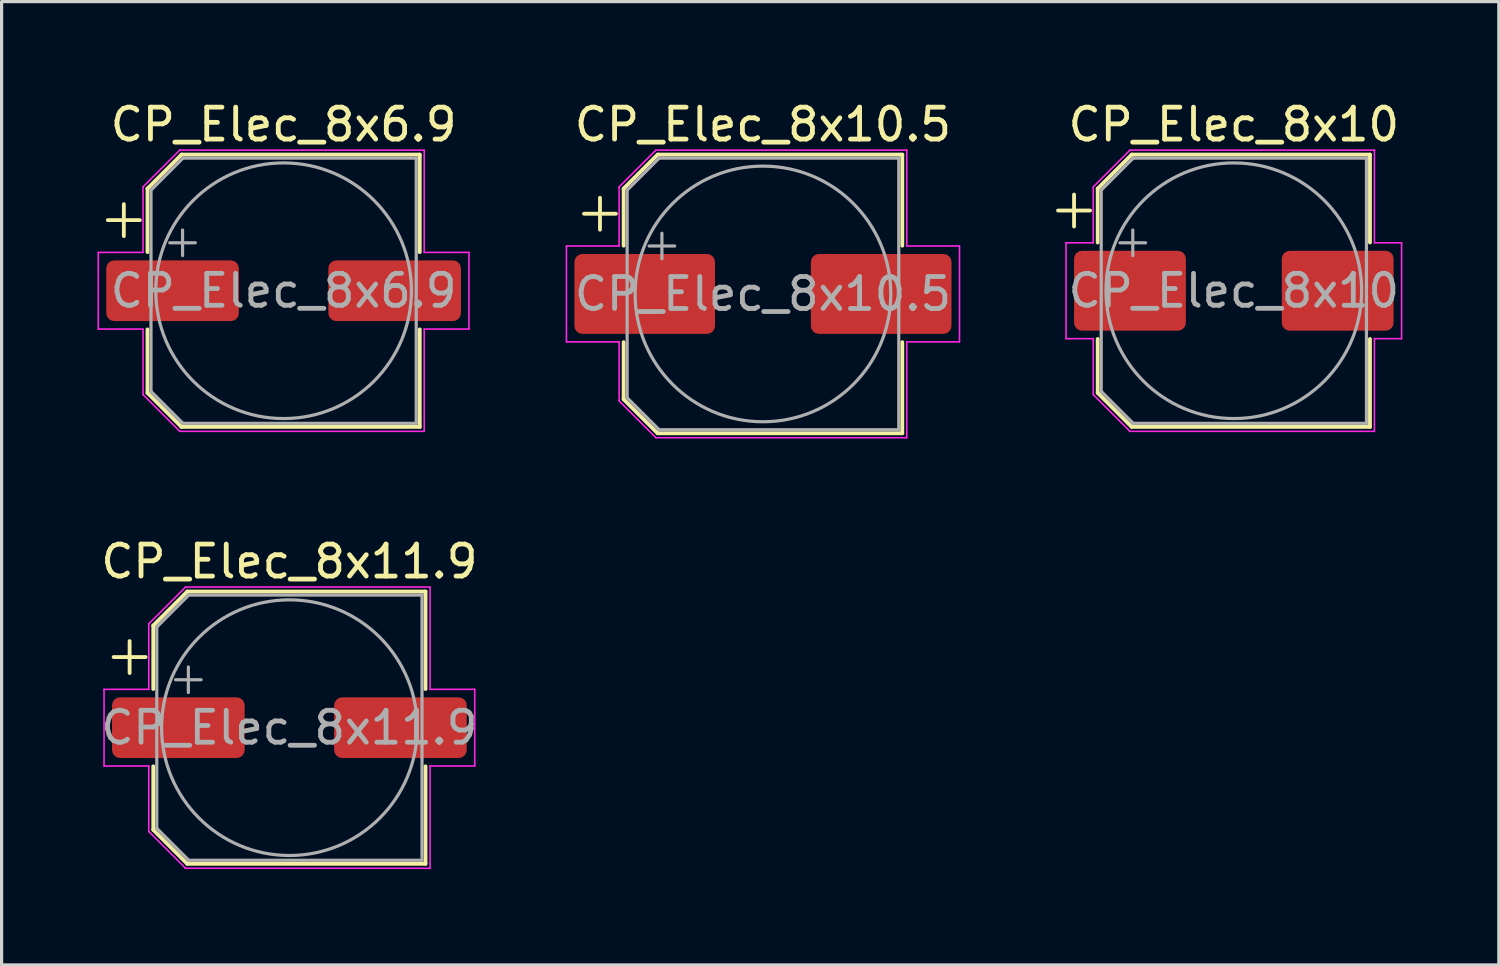
<source format=kicad_pcb>
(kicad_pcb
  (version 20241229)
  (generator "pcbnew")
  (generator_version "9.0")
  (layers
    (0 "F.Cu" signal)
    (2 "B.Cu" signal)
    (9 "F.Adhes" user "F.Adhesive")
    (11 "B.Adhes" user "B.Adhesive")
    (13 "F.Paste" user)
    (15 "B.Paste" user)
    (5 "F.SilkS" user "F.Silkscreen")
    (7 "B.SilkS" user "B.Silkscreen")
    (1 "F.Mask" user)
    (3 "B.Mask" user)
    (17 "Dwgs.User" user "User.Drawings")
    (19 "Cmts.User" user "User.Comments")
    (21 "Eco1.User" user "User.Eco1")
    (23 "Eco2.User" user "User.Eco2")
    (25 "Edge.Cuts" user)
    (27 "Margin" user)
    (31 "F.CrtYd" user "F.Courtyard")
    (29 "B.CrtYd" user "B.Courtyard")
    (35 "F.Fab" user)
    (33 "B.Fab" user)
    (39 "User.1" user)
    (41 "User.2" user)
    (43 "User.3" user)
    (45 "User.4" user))
  (footprint "CP_Elec_8x6.9"
    (layer "F.Cu")
    (at 5.825 6.048)
    (property "Reference" "CP_Elec_8x6.9" (at 0 -5.2 0) (layer "F.SilkS") (effects (font (size 1 1) (thickness 0.15))))
    (attr smd)
    (fp_line (start -5.5 -2.21) (end -4.5 -2.21) (stroke (width 0.12) (type solid)) (layer "F.SilkS"))
    (fp_line (start -5 -2.71) (end -5 -1.71) (stroke (width 0.12) (type solid)) (layer "F.SilkS"))
    (fp_line (start -4.26 -3.196) (end -4.26 -1.21) (stroke (width 0.12) (type solid)) (layer "F.SilkS"))
    (fp_line (start -4.26 -3.196) (end -3.196 -4.26) (stroke (width 0.12) (type solid)) (layer "F.SilkS"))
    (fp_line (start -4.26 3.196) (end -4.26 1.21) (stroke (width 0.12) (type solid)) (layer "F.SilkS"))
    (fp_line (start -4.26 3.196) (end -3.196 4.26) (stroke (width 0.12) (type solid)) (layer "F.SilkS"))
    (fp_line (start -3.196 -4.26) (end 4.26 -4.26) (stroke (width 0.12) (type solid)) (layer "F.SilkS"))
    (fp_line (start -3.196 4.26) (end 4.26 4.26) (stroke (width 0.12) (type solid)) (layer "F.SilkS"))
    (fp_line (start 4.26 -4.26) (end 4.26 -1.21) (stroke (width 0.12) (type solid)) (layer "F.SilkS"))
    (fp_line (start 4.26 4.26) (end 4.26 1.21) (stroke (width 0.12) (type solid)) (layer "F.SilkS"))
    (fp_line (start -5.8 -1.2) (end -5.8 1.2) (stroke (width 0.05) (type solid)) (layer "F.CrtYd"))
    (fp_line (start -5.8 1.2) (end -4.4 1.2) (stroke (width 0.05) (type solid)) (layer "F.CrtYd"))
    (fp_line (start -4.4 -3.25) (end -4.4 -1.2) (stroke (width 0.05) (type solid)) (layer "F.CrtYd"))
    (fp_line (start -4.4 -3.25) (end -3.25 -4.4) (stroke (width 0.05) (type solid)) (layer "F.CrtYd"))
    (fp_line (start -4.4 -1.2) (end -5.8 -1.2) (stroke (width 0.05) (type solid)) (layer "F.CrtYd"))
    (fp_line (start -4.4 1.2) (end -4.4 3.25) (stroke (width 0.05) (type solid)) (layer "F.CrtYd"))
    (fp_line (start -4.4 3.25) (end -3.25 4.4) (stroke (width 0.05) (type solid)) (layer "F.CrtYd"))
    (fp_line (start -3.25 -4.4) (end 4.4 -4.4) (stroke (width 0.05) (type solid)) (layer "F.CrtYd"))
    (fp_line (start -3.25 4.4) (end 4.4 4.4) (stroke (width 0.05) (type solid)) (layer "F.CrtYd"))
    (fp_line (start 4.4 -4.4) (end 4.4 -1.2) (stroke (width 0.05) (type solid)) (layer "F.CrtYd"))
    (fp_line (start 4.4 -1.2) (end 5.8 -1.2) (stroke (width 0.05) (type solid)) (layer "F.CrtYd"))
    (fp_line (start 4.4 1.2) (end 4.4 4.4) (stroke (width 0.05) (type solid)) (layer "F.CrtYd"))
    (fp_line (start 5.8 -1.2) (end 5.8 1.2) (stroke (width 0.05) (type solid)) (layer "F.CrtYd"))
    (fp_line (start 5.8 1.2) (end 4.4 1.2) (stroke (width 0.05) (type solid)) (layer "F.CrtYd"))
    (fp_line (start -4.15 -3.15) (end -4.15 3.15) (stroke (width 0.1) (type solid)) (layer "F.Fab"))
    (fp_line (start -4.15 -3.15) (end -3.15 -4.15) (stroke (width 0.1) (type solid)) (layer "F.Fab"))
    (fp_line (start -4.15 3.15) (end -3.15 4.15) (stroke (width 0.1) (type solid)) (layer "F.Fab"))
    (fp_line (start -3.562 -1.5) (end -2.762 -1.5) (stroke (width 0.1) (type solid)) (layer "F.Fab"))
    (fp_line (start -3.162 -1.9) (end -3.162 -1.1) (stroke (width 0.1) (type solid)) (layer "F.Fab"))
    (fp_line (start -3.15 -4.15) (end 4.15 -4.15) (stroke (width 0.1) (type solid)) (layer "F.Fab"))
    (fp_line (start -3.15 4.15) (end 4.15 4.15) (stroke (width 0.1) (type solid)) (layer "F.Fab"))
    (fp_line (start 4.15 -4.15) (end 4.15 4.15) (stroke (width 0.1) (type solid)) (layer "F.Fab"))
    (fp_circle (center 0 0) (end 4 0) (stroke (width 0.1) (type solid)) (fill no) (layer "F.Fab"))
    (fp_text user "${REFERENCE}" (at 0 0 0) (layer "F.Fab") (effects (font (size 1 1) (thickness 0.15))))
    (pad "1" smd roundrect (at -3.475 0) (size 4.15 1.9) (layers "F.Cu" "F.Mask" "F.Paste") (roundrect_rratio 0.132))
    (pad "2" smd roundrect (at 3.475 0) (size 4.15 1.9) (layers "F.Cu" "F.Mask" "F.Paste") (roundrect_rratio 0.132)))
  (footprint "CP_Elec_8x10.5"
    (layer "F.Cu")
    (at 20.825 6.148)
    (property "Reference" "CP_Elec_8x10.5" (at 0 -5.3 0) (layer "F.SilkS") (effects (font (size 1 1) (thickness 0.15))))
    (attr smd)
    (fp_line (start -5.6 -2.51) (end -4.6 -2.51) (stroke (width 0.12) (type solid)) (layer "F.SilkS"))
    (fp_line (start -5.1 -3.01) (end -5.1 -2.01) (stroke (width 0.12) (type solid)) (layer "F.SilkS"))
    (fp_line (start -4.36 -3.296) (end -4.36 -1.51) (stroke (width 0.12) (type solid)) (layer "F.SilkS"))
    (fp_line (start -4.36 -3.296) (end -3.296 -4.36) (stroke (width 0.12) (type solid)) (layer "F.SilkS"))
    (fp_line (start -4.36 3.296) (end -4.36 1.51) (stroke (width 0.12) (type solid)) (layer "F.SilkS"))
    (fp_line (start -4.36 3.296) (end -3.296 4.36) (stroke (width 0.12) (type solid)) (layer "F.SilkS"))
    (fp_line (start -3.296 -4.36) (end 4.36 -4.36) (stroke (width 0.12) (type solid)) (layer "F.SilkS"))
    (fp_line (start -3.296 4.36) (end 4.36 4.36) (stroke (width 0.12) (type solid)) (layer "F.SilkS"))
    (fp_line (start 4.36 -4.36) (end 4.36 -1.51) (stroke (width 0.12) (type solid)) (layer "F.SilkS"))
    (fp_line (start 4.36 4.36) (end 4.36 1.51) (stroke (width 0.12) (type solid)) (layer "F.SilkS"))
    (fp_line (start -6.15 -1.5) (end -6.15 1.5) (stroke (width 0.05) (type solid)) (layer "F.CrtYd"))
    (fp_line (start -6.15 1.5) (end -4.5 1.5) (stroke (width 0.05) (type solid)) (layer "F.CrtYd"))
    (fp_line (start -4.5 -3.35) (end -4.5 -1.5) (stroke (width 0.05) (type solid)) (layer "F.CrtYd"))
    (fp_line (start -4.5 -3.35) (end -3.35 -4.5) (stroke (width 0.05) (type solid)) (layer "F.CrtYd"))
    (fp_line (start -4.5 -1.5) (end -6.15 -1.5) (stroke (width 0.05) (type solid)) (layer "F.CrtYd"))
    (fp_line (start -4.5 1.5) (end -4.5 3.35) (stroke (width 0.05) (type solid)) (layer "F.CrtYd"))
    (fp_line (start -4.5 3.35) (end -3.35 4.5) (stroke (width 0.05) (type solid)) (layer "F.CrtYd"))
    (fp_line (start -3.35 -4.5) (end 4.5 -4.5) (stroke (width 0.05) (type solid)) (layer "F.CrtYd"))
    (fp_line (start -3.35 4.5) (end 4.5 4.5) (stroke (width 0.05) (type solid)) (layer "F.CrtYd"))
    (fp_line (start 4.5 -4.5) (end 4.5 -1.5) (stroke (width 0.05) (type solid)) (layer "F.CrtYd"))
    (fp_line (start 4.5 -1.5) (end 6.15 -1.5) (stroke (width 0.05) (type solid)) (layer "F.CrtYd"))
    (fp_line (start 4.5 1.5) (end 4.5 4.5) (stroke (width 0.05) (type solid)) (layer "F.CrtYd"))
    (fp_line (start 6.15 -1.5) (end 6.15 1.5) (stroke (width 0.05) (type solid)) (layer "F.CrtYd"))
    (fp_line (start 6.15 1.5) (end 4.5 1.5) (stroke (width 0.05) (type solid)) (layer "F.CrtYd"))
    (fp_line (start -4.25 -3.25) (end -4.25 3.25) (stroke (width 0.1) (type solid)) (layer "F.Fab"))
    (fp_line (start -4.25 -3.25) (end -3.25 -4.25) (stroke (width 0.1) (type solid)) (layer "F.Fab"))
    (fp_line (start -4.25 3.25) (end -3.25 4.25) (stroke (width 0.1) (type solid)) (layer "F.Fab"))
    (fp_line (start -3.562 -1.5) (end -2.762 -1.5) (stroke (width 0.1) (type solid)) (layer "F.Fab"))
    (fp_line (start -3.25 -4.25) (end 4.25 -4.25) (stroke (width 0.1) (type solid)) (layer "F.Fab"))
    (fp_line (start -3.25 4.25) (end 4.25 4.25) (stroke (width 0.1) (type solid)) (layer "F.Fab"))
    (fp_line (start -3.162 -1.9) (end -3.162 -1.1) (stroke (width 0.1) (type solid)) (layer "F.Fab"))
    (fp_line (start 4.25 -4.25) (end 4.25 4.25) (stroke (width 0.1) (type solid)) (layer "F.Fab"))
    (fp_circle (center 0 0) (end 4 0) (stroke (width 0.1) (type solid)) (fill no) (layer "F.Fab"))
    (fp_text user "${REFERENCE}" (at 0 0 0) (layer "F.Fab") (effects (font (size 1 1) (thickness 0.15))))
    (pad "1" smd roundrect (at -3.7 0) (size 4.4 2.5) (layers "F.Cu" "F.Mask" "F.Paste") (roundrect_rratio 0.1))
    (pad "2" smd roundrect (at 3.7 0) (size 4.4 2.5) (layers "F.Cu" "F.Mask" "F.Paste") (roundrect_rratio 0.1)))
  (footprint "CP_Elec_8x10"
    (layer "F.Cu")
    (at 35.56 6.048)
    (property "Reference" "CP_Elec_8x10" (at 0 -5.2 0) (layer "F.SilkS") (effects (font (size 1 1) (thickness 0.15))))
    (attr smd)
    (fp_line (start -5.5 -2.51) (end -4.5 -2.51) (stroke (width 0.12) (type solid)) (layer "F.SilkS"))
    (fp_line (start -5 -3.01) (end -5 -2.01) (stroke (width 0.12) (type solid)) (layer "F.SilkS"))
    (fp_line (start -4.26 -3.196) (end -4.26 -1.51) (stroke (width 0.12) (type solid)) (layer "F.SilkS"))
    (fp_line (start -4.26 -3.196) (end -3.196 -4.26) (stroke (width 0.12) (type solid)) (layer "F.SilkS"))
    (fp_line (start -4.26 3.196) (end -4.26 1.51) (stroke (width 0.12) (type solid)) (layer "F.SilkS"))
    (fp_line (start -4.26 3.196) (end -3.196 4.26) (stroke (width 0.12) (type solid)) (layer "F.SilkS"))
    (fp_line (start -3.196 -4.26) (end 4.26 -4.26) (stroke (width 0.12) (type solid)) (layer "F.SilkS"))
    (fp_line (start -3.196 4.26) (end 4.26 4.26) (stroke (width 0.12) (type solid)) (layer "F.SilkS"))
    (fp_line (start 4.26 -4.26) (end 4.26 -1.51) (stroke (width 0.12) (type solid)) (layer "F.SilkS"))
    (fp_line (start 4.26 4.26) (end 4.26 1.51) (stroke (width 0.12) (type solid)) (layer "F.SilkS"))
    (fp_line (start -5.25 -1.5) (end -5.25 1.5) (stroke (width 0.05) (type solid)) (layer "F.CrtYd"))
    (fp_line (start -5.25 1.5) (end -4.4 1.5) (stroke (width 0.05) (type solid)) (layer "F.CrtYd"))
    (fp_line (start -4.4 -3.25) (end -4.4 -1.5) (stroke (width 0.05) (type solid)) (layer "F.CrtYd"))
    (fp_line (start -4.4 -3.25) (end -3.25 -4.4) (stroke (width 0.05) (type solid)) (layer "F.CrtYd"))
    (fp_line (start -4.4 -1.5) (end -5.25 -1.5) (stroke (width 0.05) (type solid)) (layer "F.CrtYd"))
    (fp_line (start -4.4 1.5) (end -4.4 3.25) (stroke (width 0.05) (type solid)) (layer "F.CrtYd"))
    (fp_line (start -4.4 3.25) (end -3.25 4.4) (stroke (width 0.05) (type solid)) (layer "F.CrtYd"))
    (fp_line (start -3.25 -4.4) (end 4.4 -4.4) (stroke (width 0.05) (type solid)) (layer "F.CrtYd"))
    (fp_line (start -3.25 4.4) (end 4.4 4.4) (stroke (width 0.05) (type solid)) (layer "F.CrtYd"))
    (fp_line (start 4.4 -4.4) (end 4.4 -1.5) (stroke (width 0.05) (type solid)) (layer "F.CrtYd"))
    (fp_line (start 4.4 -1.5) (end 5.25 -1.5) (stroke (width 0.05) (type solid)) (layer "F.CrtYd"))
    (fp_line (start 4.4 1.5) (end 4.4 4.4) (stroke (width 0.05) (type solid)) (layer "F.CrtYd"))
    (fp_line (start 5.25 -1.5) (end 5.25 1.5) (stroke (width 0.05) (type solid)) (layer "F.CrtYd"))
    (fp_line (start 5.25 1.5) (end 4.4 1.5) (stroke (width 0.05) (type solid)) (layer "F.CrtYd"))
    (fp_line (start -4.15 -3.15) (end -4.15 3.15) (stroke (width 0.1) (type solid)) (layer "F.Fab"))
    (fp_line (start -4.15 -3.15) (end -3.15 -4.15) (stroke (width 0.1) (type solid)) (layer "F.Fab"))
    (fp_line (start -4.15 3.15) (end -3.15 4.15) (stroke (width 0.1) (type solid)) (layer "F.Fab"))
    (fp_line (start -3.562 -1.5) (end -2.762 -1.5) (stroke (width 0.1) (type solid)) (layer "F.Fab"))
    (fp_line (start -3.162 -1.9) (end -3.162 -1.1) (stroke (width 0.1) (type solid)) (layer "F.Fab"))
    (fp_line (start -3.15 -4.15) (end 4.15 -4.15) (stroke (width 0.1) (type solid)) (layer "F.Fab"))
    (fp_line (start -3.15 4.15) (end 4.15 4.15) (stroke (width 0.1) (type solid)) (layer "F.Fab"))
    (fp_line (start 4.15 -4.15) (end 4.15 4.15) (stroke (width 0.1) (type solid)) (layer "F.Fab"))
    (fp_circle (center 0 0) (end 4 0) (stroke (width 0.1) (type solid)) (fill no) (layer "F.Fab"))
    (fp_text user "${REFERENCE}" (at 0 0 0) (layer "F.Fab") (effects (font (size 1 1) (thickness 0.15))))
    (pad "1" smd roundrect (at -3.25 0) (size 3.5 2.5) (layers "F.Cu" "F.Mask" "F.Paste") (roundrect_rratio 0.1))
    (pad "2" smd roundrect (at 3.25 0) (size 3.5 2.5) (layers "F.Cu" "F.Mask" "F.Paste") (roundrect_rratio 0.1)))
  (footprint "CP_Elec_8x11.9"
    (layer "F.Cu")
    (at 6.006 19.721)
    (property "Reference" "CP_Elec_8x11.9" (at 0 -5.2 0) (layer "F.SilkS") (effects (font (size 1 1) (thickness 0.15))))
    (attr smd)
    (fp_line (start -5.5 -2.21) (end -4.5 -2.21) (stroke (width 0.12) (type solid)) (layer "F.SilkS"))
    (fp_line (start -5 -2.71) (end -5 -1.71) (stroke (width 0.12) (type solid)) (layer "F.SilkS"))
    (fp_line (start -4.26 -3.196) (end -4.26 -1.21) (stroke (width 0.12) (type solid)) (layer "F.SilkS"))
    (fp_line (start -4.26 -3.196) (end -3.196 -4.26) (stroke (width 0.12) (type solid)) (layer "F.SilkS"))
    (fp_line (start -4.26 3.196) (end -4.26 1.21) (stroke (width 0.12) (type solid)) (layer "F.SilkS"))
    (fp_line (start -4.26 3.196) (end -3.196 4.26) (stroke (width 0.12) (type solid)) (layer "F.SilkS"))
    (fp_line (start -3.196 -4.26) (end 4.26 -4.26) (stroke (width 0.12) (type solid)) (layer "F.SilkS"))
    (fp_line (start -3.196 4.26) (end 4.26 4.26) (stroke (width 0.12) (type solid)) (layer "F.SilkS"))
    (fp_line (start 4.26 -4.26) (end 4.26 -1.21) (stroke (width 0.12) (type solid)) (layer "F.SilkS"))
    (fp_line (start 4.26 4.26) (end 4.26 1.21) (stroke (width 0.12) (type solid)) (layer "F.SilkS"))
    (fp_line (start -5.8 -1.2) (end -5.8 1.2) (stroke (width 0.05) (type solid)) (layer "F.CrtYd"))
    (fp_line (start -5.8 1.2) (end -4.4 1.2) (stroke (width 0.05) (type solid)) (layer "F.CrtYd"))
    (fp_line (start -4.4 -3.25) (end -4.4 -1.2) (stroke (width 0.05) (type solid)) (layer "F.CrtYd"))
    (fp_line (start -4.4 -3.25) (end -3.25 -4.4) (stroke (width 0.05) (type solid)) (layer "F.CrtYd"))
    (fp_line (start -4.4 -1.2) (end -5.8 -1.2) (stroke (width 0.05) (type solid)) (layer "F.CrtYd"))
    (fp_line (start -4.4 1.2) (end -4.4 3.25) (stroke (width 0.05) (type solid)) (layer "F.CrtYd"))
    (fp_line (start -4.4 3.25) (end -3.25 4.4) (stroke (width 0.05) (type solid)) (layer "F.CrtYd"))
    (fp_line (start -3.25 -4.4) (end 4.4 -4.4) (stroke (width 0.05) (type solid)) (layer "F.CrtYd"))
    (fp_line (start -3.25 4.4) (end 4.4 4.4) (stroke (width 0.05) (type solid)) (layer "F.CrtYd"))
    (fp_line (start 4.4 -4.4) (end 4.4 -1.2) (stroke (width 0.05) (type solid)) (layer "F.CrtYd"))
    (fp_line (start 4.4 -1.2) (end 5.8 -1.2) (stroke (width 0.05) (type solid)) (layer "F.CrtYd"))
    (fp_line (start 4.4 1.2) (end 4.4 4.4) (stroke (width 0.05) (type solid)) (layer "F.CrtYd"))
    (fp_line (start 5.8 -1.2) (end 5.8 1.2) (stroke (width 0.05) (type solid)) (layer "F.CrtYd"))
    (fp_line (start 5.8 1.2) (end 4.4 1.2) (stroke (width 0.05) (type solid)) (layer "F.CrtYd"))
    (fp_line (start -4.15 -3.15) (end -4.15 3.15) (stroke (width 0.1) (type solid)) (layer "F.Fab"))
    (fp_line (start -4.15 -3.15) (end -3.15 -4.15) (stroke (width 0.1) (type solid)) (layer "F.Fab"))
    (fp_line (start -4.15 3.15) (end -3.15 4.15) (stroke (width 0.1) (type solid)) (layer "F.Fab"))
    (fp_line (start -3.562 -1.5) (end -2.762 -1.5) (stroke (width 0.1) (type solid)) (layer "F.Fab"))
    (fp_line (start -3.162 -1.9) (end -3.162 -1.1) (stroke (width 0.1) (type solid)) (layer "F.Fab"))
    (fp_line (start -3.15 -4.15) (end 4.15 -4.15) (stroke (width 0.1) (type solid)) (layer "F.Fab"))
    (fp_line (start -3.15 4.15) (end 4.15 4.15) (stroke (width 0.1) (type solid)) (layer "F.Fab"))
    (fp_line (start 4.15 -4.15) (end 4.15 4.15) (stroke (width 0.1) (type solid)) (layer "F.Fab"))
    (fp_circle (center 0 0) (end 4 0) (stroke (width 0.1) (type solid)) (fill no) (layer "F.Fab"))
    (fp_text user "${REFERENCE}" (at 0 0 0) (layer "F.Fab") (effects (font (size 1 1) (thickness 0.15))))
    (pad "1" smd roundrect (at -3.475 0) (size 4.15 1.9) (layers "F.Cu" "F.Mask" "F.Paste") (roundrect_rratio 0.132))
    (pad "2" smd roundrect (at 3.475 0) (size 4.15 1.9) (layers "F.Cu" "F.Mask" "F.Paste") (roundrect_rratio 0.132)))
  (gr_rect
    (start -3 -3)
    (end 43.852 27.146)
    (stroke (width 0.1) (type default))
    (fill no)
    (layer "Edge.Cuts")))
</source>
